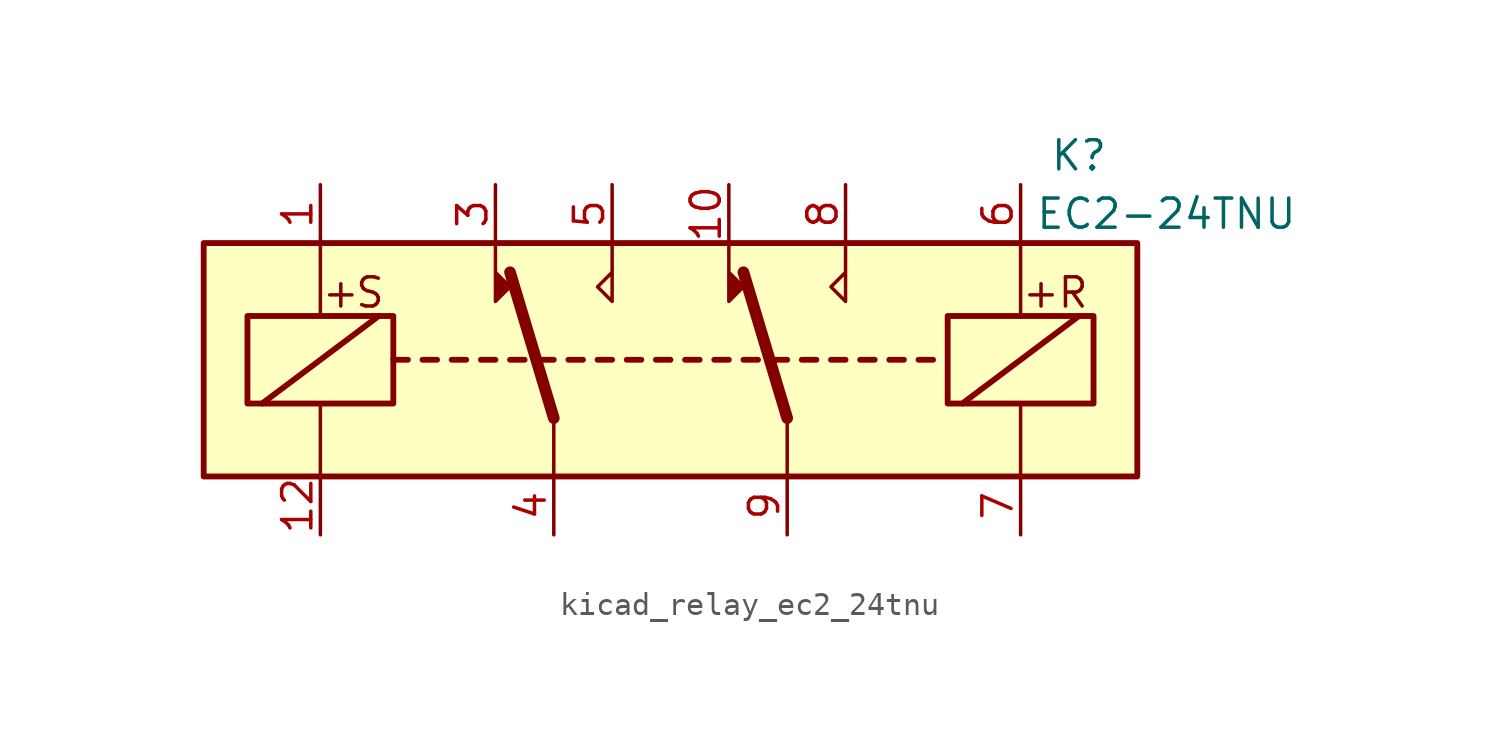
<source format=kicad_sym>
(kicad_symbol_lib
  (version 20220914)
  (generator kicad_symbol_editor)
  (symbol "kicad_relay_ec2_24tnu"
    (property "Reference" "K"
      (at 17.78 8.89 0)
      (effects (font (size 1.27 1.27))))
    (property "Value" "EC2-24TNU"
      (at 21.59 6.35 0)
      (effects (font (size 1.27 1.27))))
    (symbol "kicad_relay_ec2_24tnu_1_1"
      (rectangle (start -20.32 5.08) (end 20.32 -5.08) (stroke (width 0.254) (type default)) (fill (type background)))
      (rectangle (start -18.415 1.905) (end -12.065 -1.905) (stroke (width 0.254) (type default)) (fill (type none)))
      (polyline (pts (xy -17.78 -1.905) (xy -12.7 1.905)) (stroke (width 0.254) (type default)) (fill (type none)))
      (polyline (pts (xy -15.24 -5.08) (xy -15.24 -1.905)) (stroke (width 0) (type default)) (fill (type none)))
      (polyline (pts (xy -15.24 5.08) (xy -15.24 1.905)) (stroke (width 0) (type default)) (fill (type none)))
      (polyline (pts (xy -12.065 0) (xy -11.43 0)) (stroke (width 0.254) (type default)) (fill (type none)))
      (polyline (pts (xy -10.795 0) (xy -10.16 0)) (stroke (width 0.254) (type default)) (fill (type none)))
      (polyline (pts (xy -9.525 0) (xy -8.89 0)) (stroke (width 0.254) (type default)) (fill (type none)))
      (polyline (pts (xy -8.255 0) (xy -7.62 0)) (stroke (width 0.254) (type default)) (fill (type none)))
      (polyline (pts (xy -6.985 0) (xy -6.35 0)) (stroke (width 0.254) (type default)) (fill (type none)))
      (polyline (pts (xy -5.715 0) (xy -5.08 0)) (stroke (width 0.254) (type default)) (fill (type none)))
      (polyline (pts (xy -5.08 -2.54) (xy -6.985 3.81)) (stroke (width 0.508) (type default)) (fill (type none)))
      (polyline (pts (xy -5.08 -2.54) (xy -5.08 -5.08)) (stroke (width 0) (type default)) (fill (type none)))
      (polyline (pts (xy -4.445 0) (xy -3.81 0)) (stroke (width 0.254) (type default)) (fill (type none)))
      (polyline (pts (xy -3.175 0) (xy -2.54 0)) (stroke (width 0.254) (type default)) (fill (type none)))
      (polyline (pts (xy -1.905 0) (xy -1.27 0)) (stroke (width 0.254) (type default)) (fill (type none)))
      (polyline (pts (xy -0.635 0) (xy 0 0)) (stroke (width 0.254) (type default)) (fill (type none)))
      (polyline (pts (xy 0.635 0) (xy 1.27 0)) (stroke (width 0.254) (type default)) (fill (type none)))
      (polyline (pts (xy 1.905 0) (xy 2.54 0)) (stroke (width 0.254) (type default)) (fill (type none)))
      (polyline (pts (xy 3.175 0) (xy 3.81 0)) (stroke (width 0.254) (type default)) (fill (type none)))
      (polyline (pts (xy 4.445 0) (xy 5.08 0)) (stroke (width 0.254) (type default)) (fill (type none)))
      (polyline (pts (xy 5.08 -2.54) (xy 3.175 3.81)) (stroke (width 0.508) (type default)) (fill (type none)))
      (polyline (pts (xy 5.08 -2.54) (xy 5.08 -5.08)) (stroke (width 0) (type default)) (fill (type none)))
      (polyline (pts (xy 5.715 0) (xy 6.35 0)) (stroke (width 0.254) (type default)) (fill (type none)))
      (polyline (pts (xy 6.985 0) (xy 7.62 0)) (stroke (width 0.254) (type default)) (fill (type none)))
      (polyline (pts (xy 8.255 0) (xy 8.89 0)) (stroke (width 0.254) (type default)) (fill (type none)))
      (polyline (pts (xy 9.525 0) (xy 10.16 0)) (stroke (width 0.254) (type default)) (fill (type none)))
      (polyline (pts (xy 10.795 0) (xy 11.43 0)) (stroke (width 0.254) (type default)) (fill (type none)))
      (polyline (pts (xy 12.7 -1.905) (xy 17.78 1.905)) (stroke (width 0.254) (type default)) (fill (type none)))
      (polyline (pts (xy 15.24 -5.08) (xy 15.24 -1.905)) (stroke (width 0) (type default)) (fill (type none)))
      (polyline (pts (xy 15.24 5.08) (xy 15.24 1.905)) (stroke (width 0) (type default)) (fill (type none)))
      (polyline (pts (xy -7.62 5.08) (xy -7.62 2.54) (xy -6.985 3.175) (xy -7.62 3.81)) (stroke (width 0) (type default)) (fill (type outline)))
      (polyline (pts (xy -2.54 5.08) (xy -2.54 2.54) (xy -3.175 3.175) (xy -2.54 3.81)) (stroke (width 0) (type default)) (fill (type none)))
      (polyline (pts (xy 2.54 5.08) (xy 2.54 2.54) (xy 3.175 3.175) (xy 2.54 3.81)) (stroke (width 0) (type default)) (fill (type outline)))
      (polyline (pts (xy 7.62 5.08) (xy 7.62 2.54) (xy 6.985 3.175) (xy 7.62 3.81)) (stroke (width 0) (type default)) (fill (type none)))
      (rectangle (start 12.065 1.905) (end 18.415 -1.905) (stroke (width 0.254) (type default)) (fill (type none)))
      (text "+" (at -14.351 2.921 0) (effects (font (size 1.27 1.27))))
      (text "+" (at 16.129 2.921 0) (effects (font (size 1.27 1.27))))
      (text "R" (at 17.526 2.921 0) (effects (font (size 1.27 1.27))))
      (text "S" (at -13.081 2.921 0) (effects (font (size 1.27 1.27))))
      (pin passive line (at -15.24 7.62 270) (length 2.54) (name "~" (effects (font (size 1.27 1.27)))) (number "1" (effects (font (size 1.27 1.27)))))
      (pin passive line (at 2.54 7.62 270) (length 2.54) (name "~" (effects (font (size 1.27 1.27)))) (number "10" (effects (font (size 1.27 1.27)))))
      (pin passive line (at -15.24 -7.62 90) (length 2.54) (name "~" (effects (font (size 1.27 1.27)))) (number "12" (effects (font (size 1.27 1.27)))))
      (pin passive line (at -7.62 7.62 270) (length 2.54) (name "~" (effects (font (size 1.27 1.27)))) (number "3" (effects (font (size 1.27 1.27)))))
      (pin passive line (at -5.08 -7.62 90) (length 2.54) (name "~" (effects (font (size 1.27 1.27)))) (number "4" (effects (font (size 1.27 1.27)))))
      (pin passive line (at -2.54 7.62 270) (length 2.54) (name "~" (effects (font (size 1.27 1.27)))) (number "5" (effects (font (size 1.27 1.27)))))
      (pin passive line (at 15.24 7.62 270) (length 2.54) (name "~" (effects (font (size 1.27 1.27)))) (number "6" (effects (font (size 1.27 1.27)))))
      (pin passive line (at 15.24 -7.62 90) (length 2.54) (name "~" (effects (font (size 1.27 1.27)))) (number "7" (effects (font (size 1.27 1.27)))))
      (pin passive line (at 7.62 7.62 270) (length 2.54) (name "~" (effects (font (size 1.27 1.27)))) (number "8" (effects (font (size 1.27 1.27)))))
      (pin passive line (at 5.08 -7.62 90) (length 2.54) (name "~" (effects (font (size 1.27 1.27)))) (number "9" (effects (font (size 1.27 1.27))))))))
</source>
